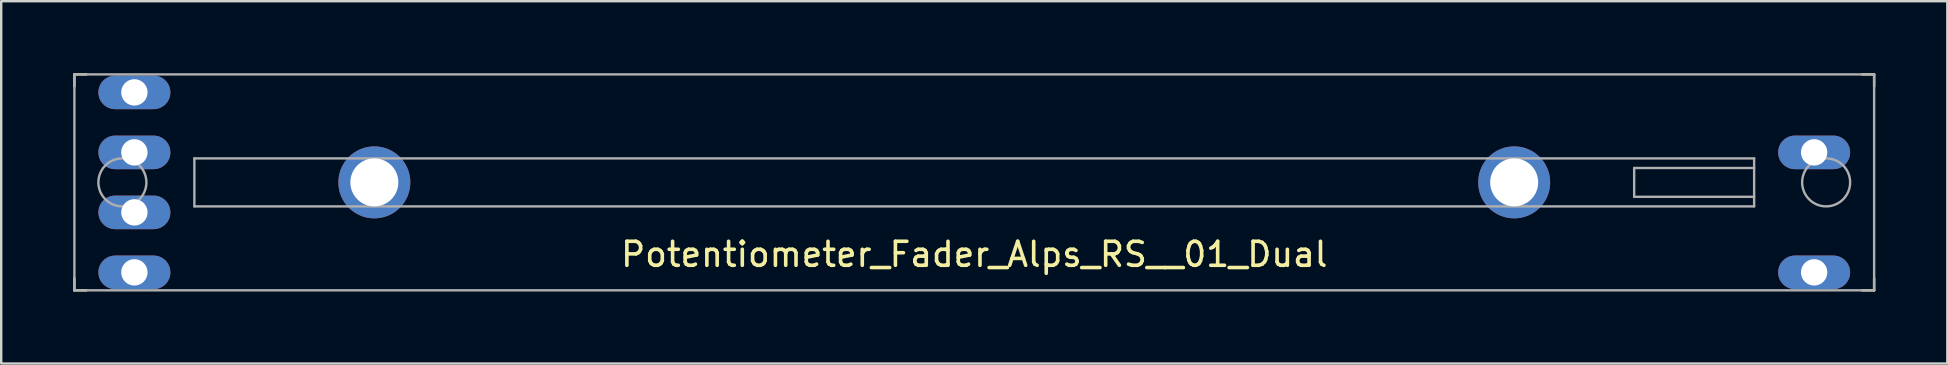
<source format=kicad_pcb>
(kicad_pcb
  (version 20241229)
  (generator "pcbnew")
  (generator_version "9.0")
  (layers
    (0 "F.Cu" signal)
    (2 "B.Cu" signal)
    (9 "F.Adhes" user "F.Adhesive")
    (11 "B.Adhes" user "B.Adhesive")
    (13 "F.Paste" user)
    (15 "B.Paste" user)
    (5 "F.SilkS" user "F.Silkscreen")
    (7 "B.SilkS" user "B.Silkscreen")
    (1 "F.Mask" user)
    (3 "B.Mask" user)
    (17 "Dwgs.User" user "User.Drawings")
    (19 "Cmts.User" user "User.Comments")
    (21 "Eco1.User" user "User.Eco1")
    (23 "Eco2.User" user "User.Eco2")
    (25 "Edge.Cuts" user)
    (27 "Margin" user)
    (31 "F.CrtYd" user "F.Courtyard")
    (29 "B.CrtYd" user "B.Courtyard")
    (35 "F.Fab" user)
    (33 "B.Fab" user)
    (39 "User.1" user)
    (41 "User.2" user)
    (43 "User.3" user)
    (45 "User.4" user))
  (footprint "Potentiometer_Fader_Alps_RS__01_Dual"
    (layer "F.Cu")
    (at 37.55 4.55)
    (property "Reference" "Potentiometer_Fader_Alps_RS__01_Dual" (at 0 3 0) (layer "F.SilkS") (effects (font (size 1 1) (thickness 0.15))))
    (attr through_hole)
    (fp_line (start -37.5 -4.5) (end -37.5 -4) (stroke (width 0.1) (type solid)) (layer "F.SilkS"))
    (fp_line (start -37.5 -4.5) (end -37 -4.5) (stroke (width 0.1) (type solid)) (layer "F.SilkS"))
    (fp_line (start -37.5 4.5) (end -37.5 4) (stroke (width 0.1) (type solid)) (layer "F.SilkS"))
    (fp_line (start -37.5 4.5) (end -37 4.5) (stroke (width 0.1) (type solid)) (layer "F.SilkS"))
    (fp_line (start 37.5 -4.5) (end 37 -4.5) (stroke (width 0.1) (type solid)) (layer "F.SilkS"))
    (fp_line (start 37.5 -4.5) (end 37.5 -4) (stroke (width 0.1) (type solid)) (layer "F.SilkS"))
    (fp_line (start 37.5 4.5) (end 37 4.5) (stroke (width 0.1) (type solid)) (layer "F.SilkS"))
    (fp_line (start 37.5 4.5) (end 37.5 4) (stroke (width 0.1) (type solid)) (layer "F.SilkS"))
    (fp_line (start -37.5 -4.5) (end 37.5 -4.5) (stroke (width 0.1) (type solid)) (layer "F.Fab"))
    (fp_line (start -37.5 4.5) (end -37.5 -4.5) (stroke (width 0.1) (type solid)) (layer "F.Fab"))
    (fp_line (start -32.5 -1) (end 32.5 -1) (stroke (width 0.1) (type solid)) (layer "F.Fab"))
    (fp_line (start -32.5 1) (end -32.5 -1) (stroke (width 0.1) (type solid)) (layer "F.Fab"))
    (fp_line (start -32.5 1) (end 32.5 1) (stroke (width 0.1) (type solid)) (layer "F.Fab"))
    (fp_line (start 27.5 -0.6) (end 32.5 -0.6) (stroke (width 0.1) (type solid)) (layer "F.Fab"))
    (fp_line (start 27.5 0.6) (end 27.5 -0.6) (stroke (width 0.1) (type solid)) (layer "F.Fab"))
    (fp_line (start 27.5 0.6) (end 32.5 0.6) (stroke (width 0.1) (type solid)) (layer "F.Fab"))
    (fp_line (start 32.5 -1) (end 32.5 1) (stroke (width 0.1) (type solid)) (layer "F.Fab"))
    (fp_line (start 37.5 -4.5) (end 37.5 4.5) (stroke (width 0.1) (type solid)) (layer "F.Fab"))
    (fp_line (start 37.5 4.5) (end -37.5 4.5) (stroke (width 0.1) (type solid)) (layer "F.Fab"))
    (fp_circle (center -35.5 0) (end -34.5 0) (stroke (width 0.1) (type solid)) (fill no) (layer "F.Fab"))
    (fp_circle (center 35.5 0) (end 36.5 0) (stroke (width 0.1) (type solid)) (fill no) (layer "F.Fab"))
    (pad "1" thru_hole oval (at -35 -1.25) (size 3 1.4) (drill 1.1) (layers "*.Cu" "*.Mask"))
    (pad "2" thru_hole oval (at -35 -3.75) (size 3 1.4) (drill 1.1) (layers "*.Cu" "*.Mask"))
    (pad "3" thru_hole oval (at 35 -1.25) (size 3 1.4) (drill 1.1) (layers "*.Cu" "*.Mask"))
    (pad "4" thru_hole oval (at -35 3.75) (size 3 1.4) (drill 1.1) (layers "*.Cu" "*.Mask"))
    (pad "5" thru_hole oval (at -35 1.25) (size 3 1.4) (drill 1.1) (layers "*.Cu" "*.Mask"))
    (pad "6" thru_hole oval (at 35 3.75) (size 3 1.4) (drill 1.1) (layers "*.Cu" "*.Mask"))
    (pad "GND" thru_hole circle (at -25 0) (size 3 3) (drill 2) (layers "*.Cu" "*.Mask"))
    (pad "GND" thru_hole circle (at 22.5 0) (size 3 3) (drill 2) (layers "*.Cu" "*.Mask")))
  (gr_rect
    (start -3 -3)
    (end 78.1 12.1)
    (stroke (width 0.1) (type default))
    (fill no)
    (layer "Edge.Cuts")))
</source>
